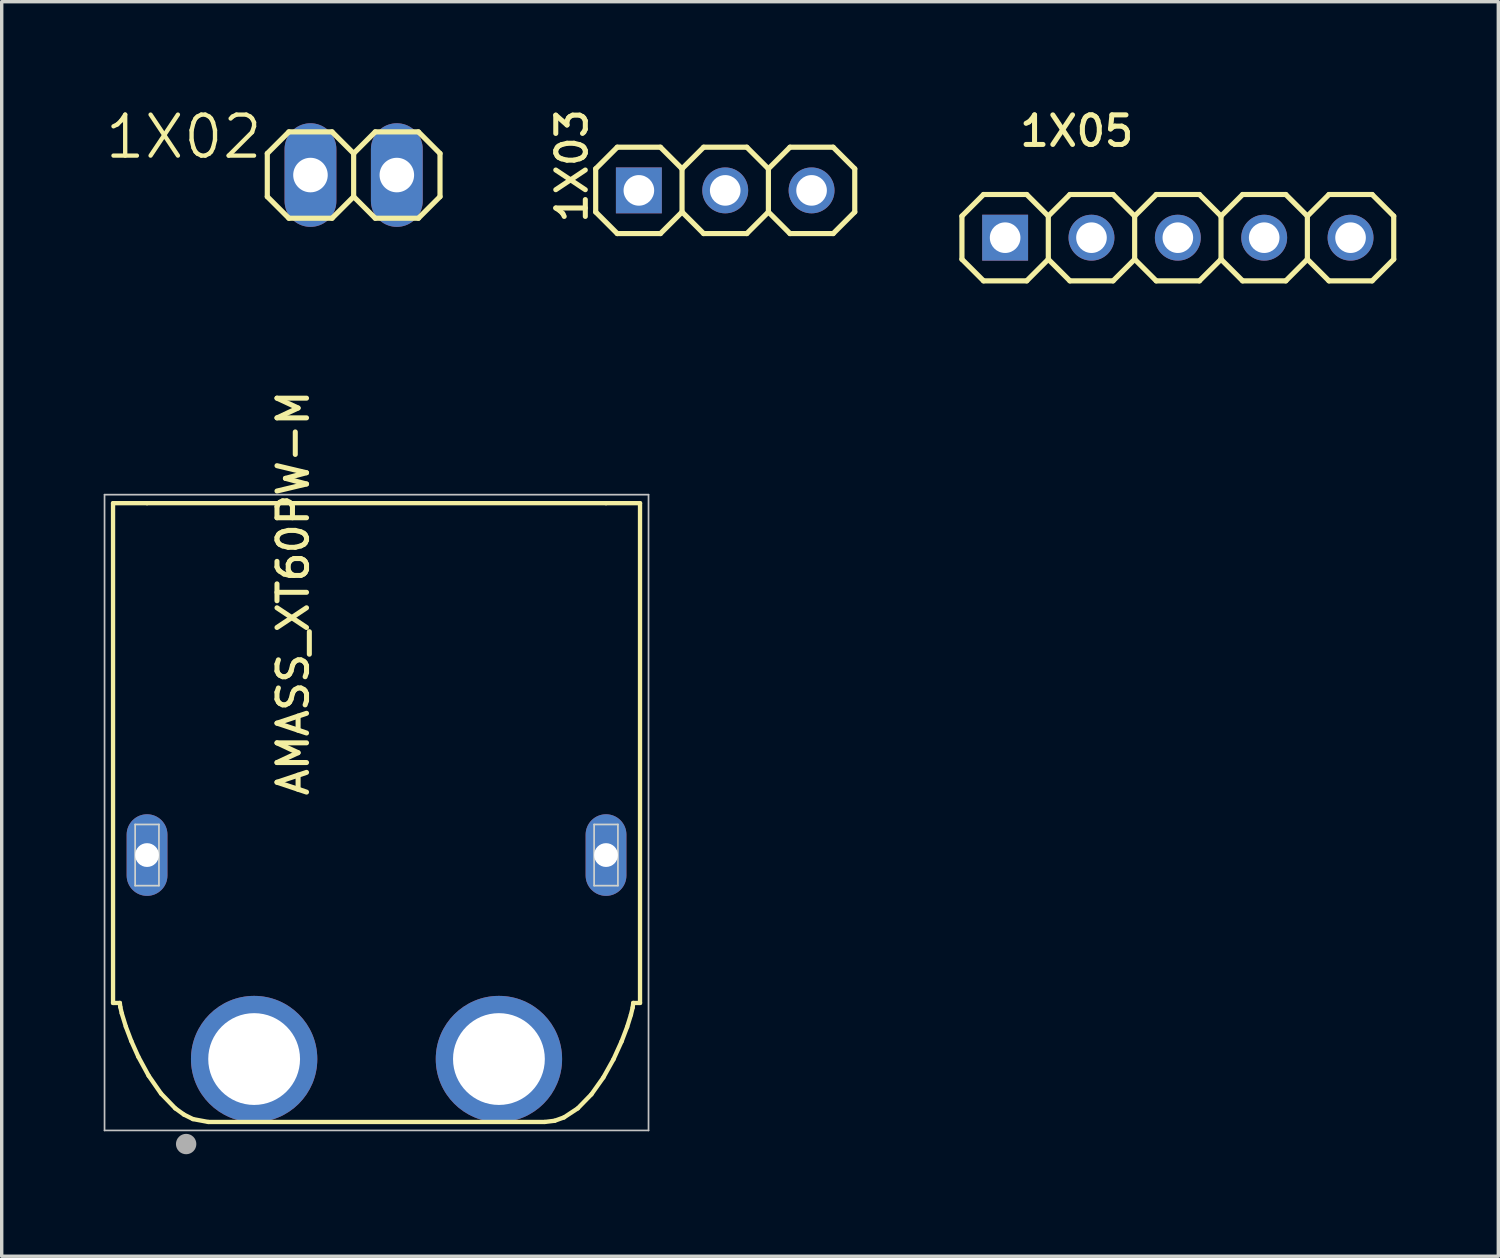
<source format=kicad_pcb>
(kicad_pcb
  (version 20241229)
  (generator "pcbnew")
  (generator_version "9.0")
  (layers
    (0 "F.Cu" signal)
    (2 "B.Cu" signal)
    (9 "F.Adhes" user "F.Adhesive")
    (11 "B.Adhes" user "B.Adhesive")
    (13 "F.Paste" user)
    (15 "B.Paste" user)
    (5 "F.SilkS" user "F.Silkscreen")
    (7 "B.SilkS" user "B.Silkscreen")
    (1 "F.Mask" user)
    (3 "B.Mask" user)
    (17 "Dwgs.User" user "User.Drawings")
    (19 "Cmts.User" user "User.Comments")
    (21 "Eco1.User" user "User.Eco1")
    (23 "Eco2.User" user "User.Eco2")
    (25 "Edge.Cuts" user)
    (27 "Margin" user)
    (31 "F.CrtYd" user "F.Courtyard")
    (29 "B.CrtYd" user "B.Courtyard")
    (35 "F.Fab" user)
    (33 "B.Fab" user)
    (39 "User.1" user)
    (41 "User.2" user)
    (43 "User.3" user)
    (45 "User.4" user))
  (footprint "1X05"
    (layer "F.Cu")
    (at 31.594 3.941)
    (property "Reference" "1X05" (at -4.726 -2.629 180) (layer "F.SilkS") (effects (font (size 0.869 0.869) (thickness 0.148)) (justify left bottom)))
    (attr through_hole)
    (fp_line (start -6.35 -0.635) (end -6.35 0.635) (stroke (width 0.152) (type solid)) (layer "F.SilkS"))
    (fp_line (start -6.35 0.635) (end -5.715 1.27) (stroke (width 0.152) (type solid)) (layer "F.SilkS"))
    (fp_line (start -5.715 -1.27) (end -6.35 -0.635) (stroke (width 0.152) (type solid)) (layer "F.SilkS"))
    (fp_line (start -5.715 -1.27) (end -4.445 -1.27) (stroke (width 0.152) (type solid)) (layer "F.SilkS"))
    (fp_line (start -4.445 -1.27) (end -3.81 -0.635) (stroke (width 0.152) (type solid)) (layer "F.SilkS"))
    (fp_line (start -4.445 1.27) (end -5.715 1.27) (stroke (width 0.152) (type solid)) (layer "F.SilkS"))
    (fp_line (start -3.81 -0.635) (end -3.81 0.635) (stroke (width 0.152) (type solid)) (layer "F.SilkS"))
    (fp_line (start -3.81 -0.635) (end -3.175 -1.27) (stroke (width 0.152) (type solid)) (layer "F.SilkS"))
    (fp_line (start -3.81 0.635) (end -4.445 1.27) (stroke (width 0.152) (type solid)) (layer "F.SilkS"))
    (fp_line (start -3.175 -1.27) (end -1.905 -1.27) (stroke (width 0.152) (type solid)) (layer "F.SilkS"))
    (fp_line (start -3.175 1.27) (end -3.81 0.635) (stroke (width 0.152) (type solid)) (layer "F.SilkS"))
    (fp_line (start -1.905 -1.27) (end -1.27 -0.635) (stroke (width 0.152) (type solid)) (layer "F.SilkS"))
    (fp_line (start -1.905 1.27) (end -3.175 1.27) (stroke (width 0.152) (type solid)) (layer "F.SilkS"))
    (fp_line (start -1.27 -0.635) (end -1.27 0.635) (stroke (width 0.152) (type solid)) (layer "F.SilkS"))
    (fp_line (start -1.27 -0.635) (end -0.635 -1.27) (stroke (width 0.152) (type solid)) (layer "F.SilkS"))
    (fp_line (start -1.27 0.635) (end -1.905 1.27) (stroke (width 0.152) (type solid)) (layer "F.SilkS"))
    (fp_line (start -0.635 -1.27) (end 0.635 -1.27) (stroke (width 0.152) (type solid)) (layer "F.SilkS"))
    (fp_line (start -0.635 1.27) (end -1.27 0.635) (stroke (width 0.152) (type solid)) (layer "F.SilkS"))
    (fp_line (start 0.635 -1.27) (end 1.27 -0.635) (stroke (width 0.152) (type solid)) (layer "F.SilkS"))
    (fp_line (start 0.635 1.27) (end -0.635 1.27) (stroke (width 0.152) (type solid)) (layer "F.SilkS"))
    (fp_line (start 1.27 -0.635) (end 1.27 0.635) (stroke (width 0.152) (type solid)) (layer "F.SilkS"))
    (fp_line (start 1.27 0.635) (end 0.635 1.27) (stroke (width 0.152) (type solid)) (layer "F.SilkS"))
    (fp_line (start 1.27 0.635) (end 1.905 1.27) (stroke (width 0.152) (type solid)) (layer "F.SilkS"))
    (fp_line (start 1.905 -1.27) (end 1.27 -0.635) (stroke (width 0.152) (type solid)) (layer "F.SilkS"))
    (fp_line (start 1.905 -1.27) (end 3.175 -1.27) (stroke (width 0.152) (type solid)) (layer "F.SilkS"))
    (fp_line (start 3.175 -1.27) (end 3.81 -0.635) (stroke (width 0.152) (type solid)) (layer "F.SilkS"))
    (fp_line (start 3.175 1.27) (end 1.905 1.27) (stroke (width 0.152) (type solid)) (layer "F.SilkS"))
    (fp_line (start 3.81 -0.635) (end 3.81 0.635) (stroke (width 0.152) (type solid)) (layer "F.SilkS"))
    (fp_line (start 3.81 0.635) (end 3.175 1.27) (stroke (width 0.152) (type solid)) (layer "F.SilkS"))
    (fp_line (start 3.81 0.635) (end 4.445 1.27) (stroke (width 0.152) (type solid)) (layer "F.SilkS"))
    (fp_line (start 4.445 -1.27) (end 3.81 -0.635) (stroke (width 0.152) (type solid)) (layer "F.SilkS"))
    (fp_line (start 4.445 -1.27) (end 5.715 -1.27) (stroke (width 0.152) (type solid)) (layer "F.SilkS"))
    (fp_line (start 5.715 -1.27) (end 6.35 -0.635) (stroke (width 0.152) (type solid)) (layer "F.SilkS"))
    (fp_line (start 5.715 1.27) (end 4.445 1.27) (stroke (width 0.152) (type solid)) (layer "F.SilkS"))
    (fp_line (start 6.35 -0.635) (end 6.35 0.635) (stroke (width 0.152) (type solid)) (layer "F.SilkS"))
    (fp_line (start 6.35 0.635) (end 5.715 1.27) (stroke (width 0.152) (type solid)) (layer "F.SilkS"))
    (fp_poly (pts (xy -5.334 0.254) (xy -4.826 0.254) (xy -4.826 -0.254) (xy -5.334 -0.254)) (stroke (width 0.1) (type solid)) (fill no) (layer "F.Fab"))
    (fp_poly (pts (xy -2.794 0.254) (xy -2.286 0.254) (xy -2.286 -0.254) (xy -2.794 -0.254)) (stroke (width 0.1) (type solid)) (fill no) (layer "F.Fab"))
    (fp_poly (pts (xy -0.254 0.254) (xy 0.254 0.254) (xy 0.254 -0.254) (xy -0.254 -0.254)) (stroke (width 0.1) (type solid)) (fill no) (layer "F.Fab"))
    (fp_poly (pts (xy 2.286 0.254) (xy 2.794 0.254) (xy 2.794 -0.254) (xy 2.286 -0.254)) (stroke (width 0.1) (type solid)) (fill no) (layer "F.Fab"))
    (fp_poly (pts (xy 4.826 0.254) (xy 5.334 0.254) (xy 5.334 -0.254) (xy 4.826 -0.254)) (stroke (width 0.1) (type solid)) (fill no) (layer "F.Fab"))
    (pad "1" thru_hole rect (at -5.08 0 90) (size 1.35 1.35) (drill 0.9) (layers "*.Cu" "*.Mask"))
    (pad "2" thru_hole circle (at -2.54 0 90) (size 1.35 1.35) (drill 0.9) (layers "*.Cu" "*.Mask"))
    (pad "3" thru_hole circle (at 0 0 90) (size 1.35 1.35) (drill 0.9) (layers "*.Cu" "*.Mask"))
    (pad "4" thru_hole circle (at 2.54 0 90) (size 1.35 1.35) (drill 0.9) (layers "*.Cu" "*.Mask"))
    (pad "5" thru_hole circle (at 5.08 0 90) (size 1.35 1.35) (drill 0.9) (layers "*.Cu" "*.Mask")))
  (footprint "AMASS_XT60PW-M"
    (layer "F.Cu")
    (at 8.025 22.1)
    (property "Reference" "AMASS_XT60PW-M" (at -1.945 -1.672 270) (layer "F.SilkS") (effects (font (size 0.869 0.869) (thickness 0.148)) (justify left bottom)))
    (attr through_hole)
    (fp_line (start -7.75 -10.35) (end -7.75 4.35) (stroke (width 0.127) (type solid)) (layer "F.SilkS"))
    (fp_line (start -7.75 -10.35) (end -6.75 -10.35) (stroke (width 0.127) (type solid)) (layer "F.SilkS"))
    (fp_line (start -7.75 4.35) (end -7.55 4.35) (stroke (width 0.127) (type solid)) (layer "F.SilkS"))
    (fp_line (start -7.55 4.35) (end -7.536 4.47) (stroke (width 0.127) (type solid)) (layer "F.SilkS"))
    (fp_line (start -7.536 4.47) (end -7.494 4.654) (stroke (width 0.127) (type solid)) (layer "F.SilkS"))
    (fp_line (start -7.494 4.654) (end -7.374 5.045) (stroke (width 0.127) (type solid)) (layer "F.SilkS"))
    (fp_line (start -7.374 5.045) (end -7.214 5.469) (stroke (width 0.127) (type solid)) (layer "F.SilkS"))
    (fp_line (start -7.214 5.469) (end -7.007 5.932) (stroke (width 0.127) (type solid)) (layer "F.SilkS"))
    (fp_line (start -7.007 5.932) (end -6.702 6.492) (stroke (width 0.127) (type solid)) (layer "F.SilkS"))
    (fp_line (start -6.75 -10.35) (end 6.75 -10.35) (stroke (width 0.127) (type solid)) (layer "F.SilkS"))
    (fp_line (start -6.702 6.492) (end -6.338 7.016) (stroke (width 0.127) (type solid)) (layer "F.SilkS"))
    (fp_line (start -6.338 7.016) (end -5.919 7.45) (stroke (width 0.127) (type solid)) (layer "F.SilkS"))
    (fp_line (start -5.919 7.45) (end -5.666 7.633) (stroke (width 0.127) (type solid)) (layer "F.SilkS"))
    (fp_line (start -5.666 7.633) (end -5.399 7.766) (stroke (width 0.127) (type solid)) (layer "F.SilkS"))
    (fp_line (start -5.399 7.766) (end -4.95 7.85) (stroke (width 0.127) (type solid)) (layer "F.SilkS"))
    (fp_line (start -4.95 7.85) (end 4.95 7.85) (stroke (width 0.127) (type solid)) (layer "F.SilkS"))
    (fp_line (start 4.95 7.85) (end 5.24 7.815) (stroke (width 0.127) (type solid)) (layer "F.SilkS"))
    (fp_line (start 5.24 7.815) (end 5.515 7.716) (stroke (width 0.127) (type solid)) (layer "F.SilkS"))
    (fp_line (start 5.515 7.716) (end 5.919 7.45) (stroke (width 0.127) (type solid)) (layer "F.SilkS"))
    (fp_line (start 5.919 7.45) (end 6.32 7.038) (stroke (width 0.127) (type solid)) (layer "F.SilkS"))
    (fp_line (start 6.32 7.038) (end 6.671 6.542) (stroke (width 0.127) (type solid)) (layer "F.SilkS"))
    (fp_line (start 6.671 6.542) (end 6.969 6.008) (stroke (width 0.127) (type solid)) (layer "F.SilkS"))
    (fp_line (start 6.969 6.008) (end 7.209 5.48) (stroke (width 0.127) (type solid)) (layer "F.SilkS"))
    (fp_line (start 7.209 5.48) (end 7.371 5.055) (stroke (width 0.127) (type solid)) (layer "F.SilkS"))
    (fp_line (start 7.371 5.055) (end 7.482 4.699) (stroke (width 0.127) (type solid)) (layer "F.SilkS"))
    (fp_line (start 7.482 4.699) (end 7.533 4.487) (stroke (width 0.127) (type solid)) (layer "F.SilkS"))
    (fp_line (start 7.533 4.487) (end 7.55 4.35) (stroke (width 0.127) (type solid)) (layer "F.SilkS"))
    (fp_line (start 7.75 -10.35) (end 6.75 -10.35) (stroke (width 0.127) (type solid)) (layer "F.SilkS"))
    (fp_line (start 7.75 4.35) (end 7.55 4.35) (stroke (width 0.127) (type solid)) (layer "F.SilkS"))
    (fp_line (start 7.75 4.35) (end 7.75 -10.35) (stroke (width 0.127) (type solid)) (layer "F.SilkS"))
    (fp_line (start -8 -10.6) (end 8 -10.6) (stroke (width 0.05) (type solid)) (layer "Dwgs.User"))
    (fp_line (start -8 8.1) (end -8 -10.6) (stroke (width 0.05) (type solid)) (layer "Dwgs.User"))
    (fp_line (start 8 -10.6) (end 8 8.1) (stroke (width 0.05) (type solid)) (layer "Dwgs.User"))
    (fp_line (start 8 8.1) (end -8 8.1) (stroke (width 0.05) (type solid)) (layer "Dwgs.User"))
    (fp_line (start -7.1 -0.9) (end -6.4 -0.9) (stroke (width 0.05) (type solid)) (layer "Edge.Cuts"))
    (fp_line (start -7.1 0.9) (end -7.1 -0.9) (stroke (width 0.05) (type solid)) (layer "Edge.Cuts"))
    (fp_line (start -6.4 -0.9) (end -6.4 0.9) (stroke (width 0.05) (type solid)) (layer "Edge.Cuts"))
    (fp_line (start -6.4 0.9) (end -7.1 0.9) (stroke (width 0.05) (type solid)) (layer "Edge.Cuts"))
    (fp_line (start 6.4 -0.9) (end 7.1 -0.9) (stroke (width 0.05) (type solid)) (layer "Edge.Cuts"))
    (fp_line (start 6.4 0.9) (end 6.4 -0.9) (stroke (width 0.05) (type solid)) (layer "Edge.Cuts"))
    (fp_line (start 7.1 -0.9) (end 7.1 0.9) (stroke (width 0.05) (type solid)) (layer "Edge.Cuts"))
    (fp_line (start 7.1 0.9) (end 6.4 0.9) (stroke (width 0.05) (type solid)) (layer "Edge.Cuts"))
    (fp_circle (center -5.6 8.5) (end -5.45 8.5) (stroke (width 0.3) (type solid)) (fill no) (layer "F.Fab"))
    (pad "1" thru_hole circle (at -3.6 6) (size 3.716 3.716) (drill 2.7) (layers "*.Cu" "*.Mask"))
    (pad "2" thru_hole circle (at 3.6 6) (size 3.716 3.716) (drill 2.7) (layers "*.Cu" "*.Mask"))
    (pad "S1" thru_hole oval (at -6.75 0 90) (size 2.4 1.2) (drill 0.7) (layers "*.Cu" "*.Mask"))
    (pad "S2" thru_hole oval (at 6.75 0 90) (size 2.4 1.2) (drill 0.7) (layers "*.Cu" "*.Mask")))
  (footprint "1X02"
    (layer "F.Cu")
    (at 7.352 2.099)
    (property "Reference" "1X02" (at -2.616 -1.829 0) (layer "F.SilkS") (effects (font (size 1.206 1.206) (thickness 0.127)) (justify right top)))
    (attr through_hole)
    (fp_line (start -2.54 -0.635) (end -2.54 0.635) (stroke (width 0.152) (type solid)) (layer "F.SilkS"))
    (fp_line (start -2.54 0.635) (end -1.905 1.27) (stroke (width 0.152) (type solid)) (layer "F.SilkS"))
    (fp_line (start -1.905 -1.27) (end -2.54 -0.635) (stroke (width 0.152) (type solid)) (layer "F.SilkS"))
    (fp_line (start -1.905 -1.27) (end -0.635 -1.27) (stroke (width 0.152) (type solid)) (layer "F.SilkS"))
    (fp_line (start -0.635 -1.27) (end 0 -0.635) (stroke (width 0.152) (type solid)) (layer "F.SilkS"))
    (fp_line (start -0.635 1.27) (end -1.905 1.27) (stroke (width 0.152) (type solid)) (layer "F.SilkS"))
    (fp_line (start 0 -0.635) (end 0 0.635) (stroke (width 0.152) (type solid)) (layer "F.SilkS"))
    (fp_line (start 0 -0.635) (end 0.635 -1.27) (stroke (width 0.152) (type solid)) (layer "F.SilkS"))
    (fp_line (start 0 0.635) (end -0.635 1.27) (stroke (width 0.152) (type solid)) (layer "F.SilkS"))
    (fp_line (start 0.635 -1.27) (end 1.905 -1.27) (stroke (width 0.152) (type solid)) (layer "F.SilkS"))
    (fp_line (start 0.635 1.27) (end 0 0.635) (stroke (width 0.152) (type solid)) (layer "F.SilkS"))
    (fp_line (start 1.905 -1.27) (end 2.54 -0.635) (stroke (width 0.152) (type solid)) (layer "F.SilkS"))
    (fp_line (start 1.905 1.27) (end 0.635 1.27) (stroke (width 0.152) (type solid)) (layer "F.SilkS"))
    (fp_line (start 2.54 -0.635) (end 2.54 0.635) (stroke (width 0.152) (type solid)) (layer "F.SilkS"))
    (fp_line (start 2.54 0.635) (end 1.905 1.27) (stroke (width 0.152) (type solid)) (layer "F.SilkS"))
    (fp_poly (pts (xy -1.524 0.254) (xy -1.016 0.254) (xy -1.016 -0.254) (xy -1.524 -0.254)) (stroke (width 0.1) (type solid)) (fill no) (layer "F.Fab"))
    (fp_poly (pts (xy 1.016 0.254) (xy 1.524 0.254) (xy 1.524 -0.254) (xy 1.016 -0.254)) (stroke (width 0.1) (type solid)) (fill no) (layer "F.Fab"))
    (pad "1" thru_hole oval (at -1.27 0 90) (size 3.048 1.524) (drill 1.016) (layers "*.Cu" "*.Mask"))
    (pad "2" thru_hole oval (at 1.27 0 90) (size 3.048 1.524) (drill 1.016) (layers "*.Cu" "*.Mask")))
  (footprint "1X03"
    (layer "F.Cu")
    (at 18.281 2.55)
    (property "Reference" "1X03" (at -4.001 1.029 90) (layer "F.SilkS") (effects (font (size 0.869 0.869) (thickness 0.148)) (justify left bottom)))
    (attr through_hole)
    (fp_line (start -3.81 -0.635) (end -3.81 0.635) (stroke (width 0.152) (type solid)) (layer "F.SilkS"))
    (fp_line (start -3.81 0.635) (end -3.175 1.27) (stroke (width 0.152) (type solid)) (layer "F.SilkS"))
    (fp_line (start -3.175 -1.27) (end -3.81 -0.635) (stroke (width 0.152) (type solid)) (layer "F.SilkS"))
    (fp_line (start -3.175 -1.27) (end -1.905 -1.27) (stroke (width 0.152) (type solid)) (layer "F.SilkS"))
    (fp_line (start -1.905 -1.27) (end -1.27 -0.635) (stroke (width 0.152) (type solid)) (layer "F.SilkS"))
    (fp_line (start -1.905 1.27) (end -3.175 1.27) (stroke (width 0.152) (type solid)) (layer "F.SilkS"))
    (fp_line (start -1.27 -0.635) (end -1.27 0.635) (stroke (width 0.152) (type solid)) (layer "F.SilkS"))
    (fp_line (start -1.27 -0.635) (end -0.635 -1.27) (stroke (width 0.152) (type solid)) (layer "F.SilkS"))
    (fp_line (start -1.27 0.635) (end -1.905 1.27) (stroke (width 0.152) (type solid)) (layer "F.SilkS"))
    (fp_line (start -0.635 -1.27) (end 0.635 -1.27) (stroke (width 0.152) (type solid)) (layer "F.SilkS"))
    (fp_line (start -0.635 1.27) (end -1.27 0.635) (stroke (width 0.152) (type solid)) (layer "F.SilkS"))
    (fp_line (start 0.635 -1.27) (end 1.27 -0.635) (stroke (width 0.152) (type solid)) (layer "F.SilkS"))
    (fp_line (start 0.635 1.27) (end -0.635 1.27) (stroke (width 0.152) (type solid)) (layer "F.SilkS"))
    (fp_line (start 1.27 -0.635) (end 1.27 0.635) (stroke (width 0.152) (type solid)) (layer "F.SilkS"))
    (fp_line (start 1.27 -0.635) (end 1.905 -1.27) (stroke (width 0.152) (type solid)) (layer "F.SilkS"))
    (fp_line (start 1.27 0.635) (end 0.635 1.27) (stroke (width 0.152) (type solid)) (layer "F.SilkS"))
    (fp_line (start 1.905 -1.27) (end 3.175 -1.27) (stroke (width 0.152) (type solid)) (layer "F.SilkS"))
    (fp_line (start 1.905 1.27) (end 1.27 0.635) (stroke (width 0.152) (type solid)) (layer "F.SilkS"))
    (fp_line (start 3.175 -1.27) (end 3.81 -0.635) (stroke (width 0.152) (type solid)) (layer "F.SilkS"))
    (fp_line (start 3.175 1.27) (end 1.905 1.27) (stroke (width 0.152) (type solid)) (layer "F.SilkS"))
    (fp_line (start 3.81 -0.635) (end 3.81 0.635) (stroke (width 0.152) (type solid)) (layer "F.SilkS"))
    (fp_line (start 3.81 0.635) (end 3.175 1.27) (stroke (width 0.152) (type solid)) (layer "F.SilkS"))
    (fp_poly (pts (xy -2.794 0.254) (xy -2.286 0.254) (xy -2.286 -0.254) (xy -2.794 -0.254)) (stroke (width 0.1) (type solid)) (fill no) (layer "F.Fab"))
    (fp_poly (pts (xy -0.254 0.254) (xy 0.254 0.254) (xy 0.254 -0.254) (xy -0.254 -0.254)) (stroke (width 0.1) (type solid)) (fill no) (layer "F.Fab"))
    (fp_poly (pts (xy 2.286 0.254) (xy 2.794 0.254) (xy 2.794 -0.254) (xy 2.286 -0.254)) (stroke (width 0.1) (type solid)) (fill no) (layer "F.Fab"))
    (pad "1" thru_hole rect (at -2.54 0 90) (size 1.35 1.35) (drill 0.9) (layers "*.Cu" "*.Mask"))
    (pad "2" thru_hole circle (at 0 0 90) (size 1.35 1.35) (drill 0.9) (layers "*.Cu" "*.Mask"))
    (pad "3" thru_hole circle (at 2.54 0 90) (size 1.35 1.35) (drill 0.9) (layers "*.Cu" "*.Mask")))
  (gr_rect
    (start -3 -3)
    (end 41.02 33.9)
    (stroke (width 0.1) (type default))
    (fill no)
    (layer "Edge.Cuts")))
</source>
